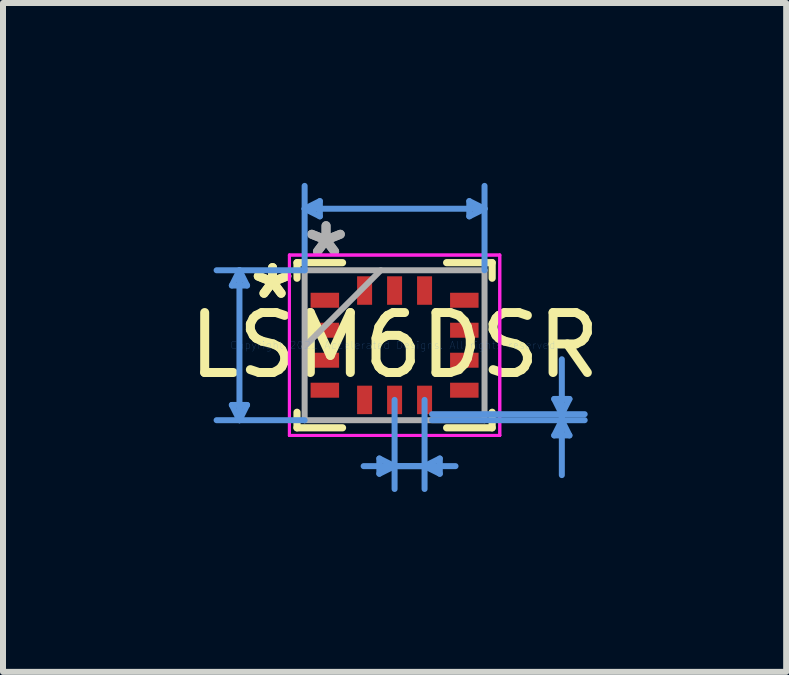
<source format=kicad_pcb>
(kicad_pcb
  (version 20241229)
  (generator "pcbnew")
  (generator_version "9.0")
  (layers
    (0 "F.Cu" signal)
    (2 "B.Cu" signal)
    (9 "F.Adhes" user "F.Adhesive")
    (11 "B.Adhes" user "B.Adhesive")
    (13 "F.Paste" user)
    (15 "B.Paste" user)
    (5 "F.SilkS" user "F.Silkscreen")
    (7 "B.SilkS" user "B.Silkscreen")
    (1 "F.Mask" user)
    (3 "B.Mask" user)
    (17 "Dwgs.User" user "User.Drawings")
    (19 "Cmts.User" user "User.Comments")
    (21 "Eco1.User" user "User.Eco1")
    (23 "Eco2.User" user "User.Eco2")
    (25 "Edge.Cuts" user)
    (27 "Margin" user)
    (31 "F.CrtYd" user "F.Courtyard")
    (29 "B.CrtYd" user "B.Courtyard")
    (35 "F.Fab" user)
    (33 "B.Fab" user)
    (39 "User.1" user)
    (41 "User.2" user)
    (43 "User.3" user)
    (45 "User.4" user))
  (footprint "LSM6DSR"
    (layer "F.Cu")
    (at 3.53 2.707)
    (property "Reference" "LSM6DSR" (at 0 0 0) (layer "F.SilkS") (effects (font (size 1 1) (thickness 0.15))))
    (attr through_hole)
    (fp_line (start -1.627 -1.377) (end -0.868 -1.377) (stroke (width 0.12) (type solid)) (layer "F.SilkS"))
    (fp_line (start -1.627 -1.118) (end -1.627 -1.377) (stroke (width 0.12) (type solid)) (layer "F.SilkS"))
    (fp_line (start -1.627 1.377) (end -1.627 1.118) (stroke (width 0.12) (type solid)) (layer "F.SilkS"))
    (fp_line (start -0.868 1.377) (end -1.627 1.377) (stroke (width 0.12) (type solid)) (layer "F.SilkS"))
    (fp_line (start 0.868 -1.377) (end 1.627 -1.377) (stroke (width 0.12) (type solid)) (layer "F.SilkS"))
    (fp_line (start 1.627 -1.377) (end 1.627 -1.118) (stroke (width 0.12) (type solid)) (layer "F.SilkS"))
    (fp_line (start 1.627 1.118) (end 1.627 1.377) (stroke (width 0.12) (type solid)) (layer "F.SilkS"))
    (fp_line (start 1.627 1.377) (end 0.868 1.377) (stroke (width 0.12) (type solid)) (layer "F.SilkS"))
    (fp_line (start -2.714 0.996) (end -2.587 1.25) (stroke (width 0.1) (type solid)) (layer "Cmts.User"))
    (fp_line (start -2.714 -0.996) (end -2.587 -1.25) (stroke (width 0.1) (type solid)) (layer "Cmts.User"))
    (fp_line (start -2.714 -0.996) (end -2.46 -0.996) (stroke (width 0.1) (type solid)) (layer "Cmts.User"))
    (fp_line (start -2.587 -1.25) (end -2.587 1.25) (stroke (width 0.1) (type solid)) (layer "Cmts.User"))
    (fp_line (start -2.46 0.996) (end -2.714 0.996) (stroke (width 0.1) (type solid)) (layer "Cmts.User"))
    (fp_line (start -2.46 0.996) (end -2.587 1.25) (stroke (width 0.1) (type solid)) (layer "Cmts.User"))
    (fp_line (start -2.46 -0.996) (end -2.587 -1.25) (stroke (width 0.1) (type solid)) (layer "Cmts.User"))
    (fp_line (start -1.5 -2.276) (end 1.5 -2.276) (stroke (width 0.1) (type solid)) (layer "Cmts.User"))
    (fp_line (start -1.5 -1.25) (end -2.968 -1.25) (stroke (width 0.1) (type solid)) (layer "Cmts.User"))
    (fp_line (start -1.5 -1.25) (end -1.5 -2.657) (stroke (width 0.1) (type solid)) (layer "Cmts.User"))
    (fp_line (start -1.5 1.25) (end -2.968 1.25) (stroke (width 0.1) (type solid)) (layer "Cmts.User"))
    (fp_line (start -1.246 -2.149) (end -1.5 -2.276) (stroke (width 0.1) (type solid)) (layer "Cmts.User"))
    (fp_line (start -1.246 -2.149) (end -1.246 -2.403) (stroke (width 0.1) (type solid)) (layer "Cmts.User"))
    (fp_line (start -1.246 -2.403) (end -1.5 -2.276) (stroke (width 0.1) (type solid)) (layer "Cmts.User"))
    (fp_line (start -0.516 2.016) (end 0.5 2.016) (stroke (width 0.1) (type solid)) (layer "Cmts.User"))
    (fp_line (start -0.254 2.143) (end -0.000004 2.016) (stroke (width 0.1) (type solid)) (layer "Cmts.User"))
    (fp_line (start -0.254 1.889) (end -0.254 2.143) (stroke (width 0.1) (type solid)) (layer "Cmts.User"))
    (fp_line (start -0.254 1.889) (end -0.000004 2.016) (stroke (width 0.1) (type solid)) (layer "Cmts.User"))
    (fp_line (start 0 0.912) (end -0.000005 2.397) (stroke (width 0.1) (type solid)) (layer "Cmts.User"))
    (fp_line (start 0.5 0.912) (end 0.5 2.397) (stroke (width 0.1) (type solid)) (layer "Cmts.User"))
    (fp_line (start 0.625 1.15) (end 3.17 1.15) (stroke (width 0.1) (type solid)) (layer "Cmts.User"))
    (fp_line (start 0.625 1.25) (end 3.17 1.25) (stroke (width 0.1) (type solid)) (layer "Cmts.User"))
    (fp_line (start 0.754 2.143) (end 0.5 2.016) (stroke (width 0.1) (type solid)) (layer "Cmts.User"))
    (fp_line (start 0.754 2.143) (end 0.754 1.889) (stroke (width 0.1) (type solid)) (layer "Cmts.User"))
    (fp_line (start 0.754 1.889) (end 0.5 2.016) (stroke (width 0.1) (type solid)) (layer "Cmts.User"))
    (fp_line (start 1.016 2.016) (end -0.000004 2.016) (stroke (width 0.1) (type solid)) (layer "Cmts.User"))
    (fp_line (start 1.246 -2.403) (end 1.246 -2.149) (stroke (width 0.1) (type solid)) (layer "Cmts.User"))
    (fp_line (start 1.246 -2.403) (end 1.5 -2.276) (stroke (width 0.1) (type solid)) (layer "Cmts.User"))
    (fp_line (start 1.246 -2.149) (end 1.5 -2.276) (stroke (width 0.1) (type solid)) (layer "Cmts.User"))
    (fp_line (start 1.5 -1.25) (end 1.5 -2.657) (stroke (width 0.1) (type solid)) (layer "Cmts.User"))
    (fp_line (start 2.662 0.896) (end 2.789 1.15) (stroke (width 0.1) (type solid)) (layer "Cmts.User"))
    (fp_line (start 2.662 1.504) (end 2.789 1.25) (stroke (width 0.1) (type solid)) (layer "Cmts.User"))
    (fp_line (start 2.662 1.504) (end 2.916 1.504) (stroke (width 0.1) (type solid)) (layer "Cmts.User"))
    (fp_line (start 2.789 2.166) (end 2.789 1.15) (stroke (width 0.1) (type solid)) (layer "Cmts.User"))
    (fp_line (start 2.789 0.234) (end 2.789 1.25) (stroke (width 0.1) (type solid)) (layer "Cmts.User"))
    (fp_line (start 2.916 0.896) (end 2.662 0.896) (stroke (width 0.1) (type solid)) (layer "Cmts.User"))
    (fp_line (start 2.916 0.896) (end 2.789 1.15) (stroke (width 0.1) (type solid)) (layer "Cmts.User"))
    (fp_line (start 2.916 1.504) (end 2.789 1.25) (stroke (width 0.1) (type solid)) (layer "Cmts.User"))
    (fp_line (start -1.754 -1.504) (end -1.754 1.504) (stroke (width 0.05) (type solid)) (layer "F.CrtYd"))
    (fp_line (start -1.754 -1.504) (end -1.754 1.504) (stroke (width 0.05) (type solid)) (layer "F.CrtYd"))
    (fp_line (start -1.754 1.504) (end 1.754 1.504) (stroke (width 0.05) (type solid)) (layer "F.CrtYd"))
    (fp_line (start -1.754 1.504) (end 1.754 1.504) (stroke (width 0.05) (type solid)) (layer "F.CrtYd"))
    (fp_line (start 1.754 -1.504) (end -1.754 -1.504) (stroke (width 0.05) (type solid)) (layer "F.CrtYd"))
    (fp_line (start 1.754 -1.504) (end -1.754 -1.504) (stroke (width 0.05) (type solid)) (layer "F.CrtYd"))
    (fp_line (start 1.754 1.504) (end 1.754 -1.504) (stroke (width 0.05) (type solid)) (layer "F.CrtYd"))
    (fp_line (start 1.754 1.504) (end 1.754 -1.504) (stroke (width 0.05) (type solid)) (layer "F.CrtYd"))
    (fp_line (start -1.5 -1.25) (end -1.5 1.25) (stroke (width 0.1) (type solid)) (layer "F.Fab"))
    (fp_line (start -1.5 0.02) (end -0.23 -1.25) (stroke (width 0.1) (type solid)) (layer "F.Fab"))
    (fp_line (start -1.5 1.25) (end 1.5 1.25) (stroke (width 0.1) (type solid)) (layer "F.Fab"))
    (fp_line (start 1.5 -1.25) (end -1.5 -1.25) (stroke (width 0.1) (type solid)) (layer "F.Fab"))
    (fp_line (start 1.5 1.25) (end 1.5 -1.25) (stroke (width 0.1) (type solid)) (layer "F.Fab"))
    (fp_text user "*" (at -2.035 -0.75 0) (layer "F.SilkS") (effects (font (size 1 1) (thickness 0.15))))
    (fp_text user "*" (at -2.035 -0.75 0) (layer "F.SilkS") (effects (font (size 1 1) (thickness 0.15))))
    (fp_text user "Copyright 2021 Accelerated Designs. All rights reserved." (at 0 0 0) (layer "Cmts.User") (effects (font (size 0.127 0.127) (thickness 0.002))))
    (fp_text user "*" (at -1.143 -1.448 0) (layer "F.Fab") (effects (font (size 1 1) (thickness 0.15))))
    (fp_text user "*" (at -1.143 -1.448 0) (layer "F.Fab") (effects (font (size 1 1) (thickness 0.15))))
    (pad "1" smd rect (at -1.163 -0.75) (size 0.475 0.25) (layers "F.Cu" "F.Mask" "F.Paste"))
    (pad "2" smd rect (at -1.163 -0.25) (size 0.475 0.25) (layers "F.Cu" "F.Mask" "F.Paste"))
    (pad "3" smd rect (at -1.163 0.25) (size 0.475 0.25) (layers "F.Cu" "F.Mask" "F.Paste"))
    (pad "4" smd rect (at -1.163 0.75) (size 0.475 0.25) (layers "F.Cu" "F.Mask" "F.Paste"))
    (pad "5" smd rect (at -0.5 0.912 90) (size 0.475 0.25) (layers "F.Cu" "F.Mask" "F.Paste"))
    (pad "6" smd rect (at 0 0.912 90) (size 0.475 0.25) (layers "F.Cu" "F.Mask" "F.Paste"))
    (pad "7" smd rect (at 0.5 0.912 90) (size 0.475 0.25) (layers "F.Cu" "F.Mask" "F.Paste"))
    (pad "8" smd rect (at 1.163 0.75) (size 0.475 0.25) (layers "F.Cu" "F.Mask" "F.Paste"))
    (pad "9" smd rect (at 1.163 0.25) (size 0.475 0.25) (layers "F.Cu" "F.Mask" "F.Paste"))
    (pad "10" smd rect (at 1.163 -0.25) (size 0.475 0.25) (layers "F.Cu" "F.Mask" "F.Paste"))
    (pad "11" smd rect (at 1.163 -0.75) (size 0.475 0.25) (layers "F.Cu" "F.Mask" "F.Paste"))
    (pad "12" smd rect (at 0.5 -0.912 90) (size 0.475 0.25) (layers "F.Cu" "F.Mask" "F.Paste"))
    (pad "13" smd rect (at 0 -0.912 90) (size 0.475 0.25) (layers "F.Cu" "F.Mask" "F.Paste"))
    (pad "14" smd rect (at -0.5 -0.912 90) (size 0.475 0.25) (layers "F.Cu" "F.Mask" "F.Paste")))
  (gr_rect
    (start -3 -3)
    (end 10.06 8.154)
    (stroke (width 0.1) (type default))
    (fill no)
    (layer "Edge.Cuts")))
</source>
